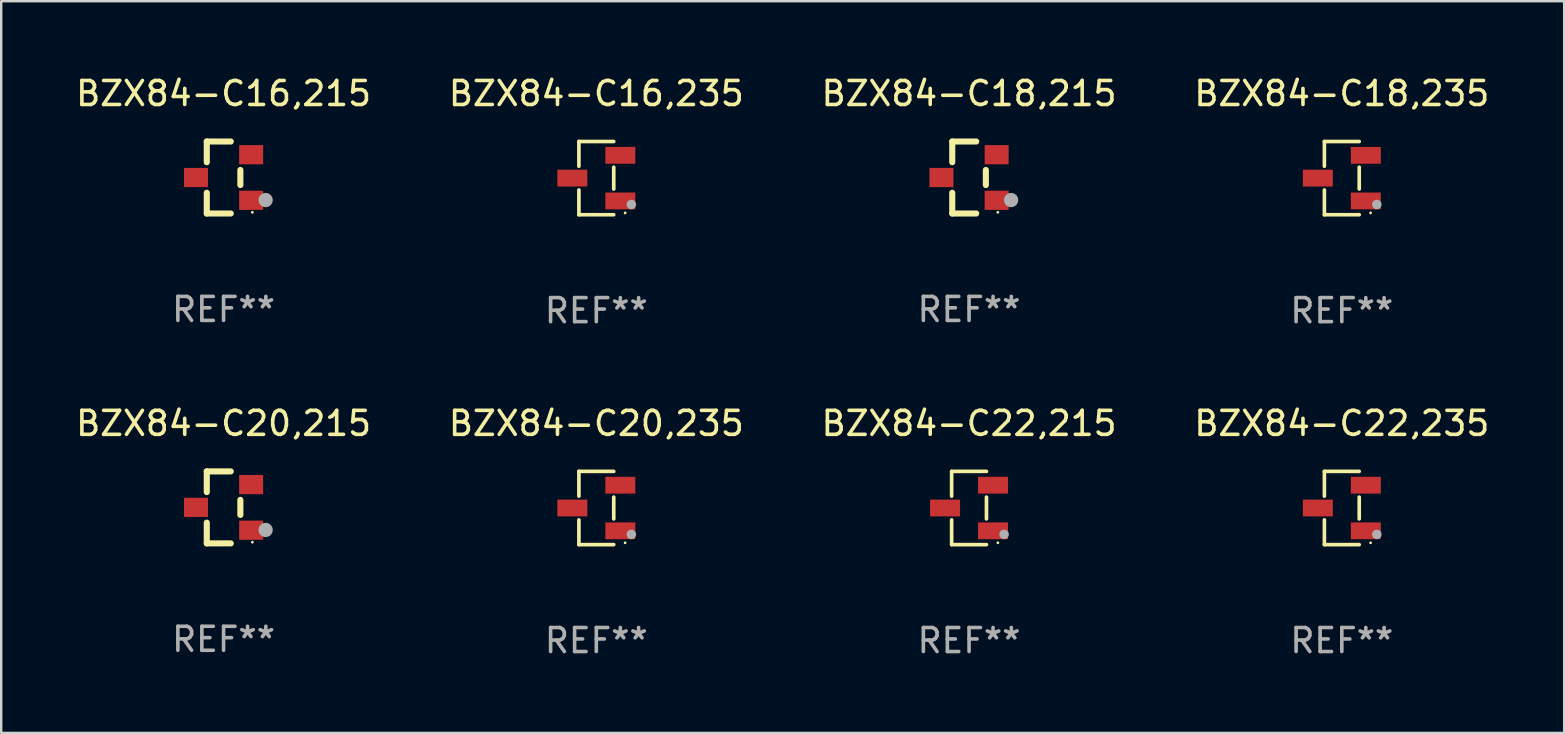
<source format=kicad_pcb>
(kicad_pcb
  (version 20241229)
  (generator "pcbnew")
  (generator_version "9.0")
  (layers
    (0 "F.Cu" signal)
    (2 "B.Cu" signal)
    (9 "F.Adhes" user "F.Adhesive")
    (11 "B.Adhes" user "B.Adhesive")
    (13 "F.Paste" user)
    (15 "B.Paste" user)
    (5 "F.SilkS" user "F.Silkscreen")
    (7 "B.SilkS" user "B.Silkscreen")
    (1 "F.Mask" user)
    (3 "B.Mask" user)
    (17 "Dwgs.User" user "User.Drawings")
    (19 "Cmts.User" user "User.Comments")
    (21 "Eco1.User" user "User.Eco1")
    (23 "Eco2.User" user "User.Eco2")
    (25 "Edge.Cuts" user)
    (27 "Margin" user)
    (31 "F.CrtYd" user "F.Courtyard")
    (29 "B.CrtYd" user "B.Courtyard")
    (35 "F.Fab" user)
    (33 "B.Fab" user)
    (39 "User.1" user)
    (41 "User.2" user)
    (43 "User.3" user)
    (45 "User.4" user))
  (footprint "BZX84-C20,235"
    (layer "F.Cu")
    (at 21.804 18.123)
    (property "Reference" "BZX84-C20,235" (at 0 -3.526 0) (layer "F.SilkS") (effects (font (size 1 1) (thickness 0.15))))
    (attr through_hole)
    (fp_line (start -0.726 -1.526) (end -0.726 -0.495) (stroke (width 0.152) (type solid)) (layer "F.SilkS"))
    (fp_line (start -0.726 1.526) (end -0.726 0.495) (stroke (width 0.152) (type solid)) (layer "F.SilkS"))
    (fp_line (start 0.726 -1.526) (end -0.726 -1.526) (stroke (width 0.152) (type solid)) (layer "F.SilkS"))
    (fp_line (start 0.726 -0.455) (end 0.726 0.455) (stroke (width 0.152) (type solid)) (layer "F.SilkS"))
    (fp_line (start 0.726 1.526) (end -0.726 1.526) (stroke (width 0.152) (type solid)) (layer "F.SilkS"))
    (fp_circle (center 1.2 1.45) (end 1.23 1.45) (stroke (width 0.06) (type solid)) (fill no) (layer "F.SilkS"))
    (fp_circle (center 1.46 1.1) (end 1.56 1.1) (stroke (width 0.2) (type solid)) (fill no) (layer "F.Fab"))
    (fp_text user "REF**" (at 0 5.526 0) (layer "F.Fab") (effects (font (size 1 1) (thickness 0.15))))
    (pad "1" smd rect (at 1 0.95) (size 1.25 0.7) (layers "F.Cu" "F.Mask" "F.Paste"))
    (pad "2" smd rect (at 1 -0.95) (size 1.25 0.7) (layers "F.Cu" "F.Mask" "F.Paste"))
    (pad "3" smd rect (at -1 0) (size 1.25 0.7) (layers "F.Cu" "F.Mask" "F.Paste")))
  (footprint "BZX84-C18,215"
    (layer "F.Cu")
    (at 37.339 4.348)
    (property "Reference" "BZX84-C18,215" (at 0 -3.5 0) (layer "F.SilkS") (effects (font (size 1 1) (thickness 0.15))))
    (attr through_hole)
    (fp_line (start -0.7 -1.5) (end 0.3 -1.5) (stroke (width 0.254) (type solid)) (layer "F.SilkS"))
    (fp_line (start -0.7 -0.636) (end -0.7 -1.5) (stroke (width 0.254) (type solid)) (layer "F.SilkS"))
    (fp_line (start -0.7 1.5) (end -0.7 0.636) (stroke (width 0.254) (type solid)) (layer "F.SilkS"))
    (fp_line (start -0.7 1.5) (end 0.3 1.5) (stroke (width 0.254) (type solid)) (layer "F.SilkS"))
    (fp_line (start 0.7 0.314) (end 0.7 -0.314) (stroke (width 0.254) (type solid)) (layer "F.SilkS"))
    (fp_circle (center 1.2 1.45) (end 1.23 1.45) (stroke (width 0.06) (type solid)) (fill no) (layer "F.SilkS"))
    (fp_circle (center 1.753 0.94) (end 1.903 0.94) (stroke (width 0.3) (type solid)) (fill no) (layer "F.Fab"))
    (fp_text user "REF**" (at 0 5.5 0) (layer "F.Fab") (effects (font (size 1 1) (thickness 0.15))))
    (pad "1" smd rect (at 1.15 0.95 180) (size 1 0.8) (layers "F.Cu" "F.Mask" "F.Paste"))
    (pad "2" smd rect (at 1.15 -0.95 180) (size 1 0.8) (layers "F.Cu" "F.Mask" "F.Paste"))
    (pad "3" smd rect (at -1.15 -0.000051 180) (size 1 0.8) (layers "F.Cu" "F.Mask" "F.Paste")))
  (footprint "BZX84-C22,235"
    (layer "F.Cu")
    (at 52.875 18.123)
    (property "Reference" "BZX84-C22,235" (at 0 -3.526 0) (layer "F.SilkS") (effects (font (size 1 1) (thickness 0.15))))
    (attr through_hole)
    (fp_line (start -0.726 -1.526) (end -0.726 -0.495) (stroke (width 0.152) (type solid)) (layer "F.SilkS"))
    (fp_line (start -0.726 1.526) (end -0.726 0.495) (stroke (width 0.152) (type solid)) (layer "F.SilkS"))
    (fp_line (start 0.726 -1.526) (end -0.726 -1.526) (stroke (width 0.152) (type solid)) (layer "F.SilkS"))
    (fp_line (start 0.726 -0.455) (end 0.726 0.455) (stroke (width 0.152) (type solid)) (layer "F.SilkS"))
    (fp_line (start 0.726 1.526) (end -0.726 1.526) (stroke (width 0.152) (type solid)) (layer "F.SilkS"))
    (fp_circle (center 1.2 1.45) (end 1.23 1.45) (stroke (width 0.06) (type solid)) (fill no) (layer "F.SilkS"))
    (fp_circle (center 1.46 1.1) (end 1.56 1.1) (stroke (width 0.2) (type solid)) (fill no) (layer "F.Fab"))
    (fp_text user "REF**" (at 0 5.526 0) (layer "F.Fab") (effects (font (size 1 1) (thickness 0.15))))
    (pad "1" smd rect (at 1 0.95) (size 1.25 0.7) (layers "F.Cu" "F.Mask" "F.Paste"))
    (pad "2" smd rect (at 1 -0.95) (size 1.25 0.7) (layers "F.Cu" "F.Mask" "F.Paste"))
    (pad "3" smd rect (at -1 0) (size 1.25 0.7) (layers "F.Cu" "F.Mask" "F.Paste")))
  (footprint "BZX84-C20,215"
    (layer "F.Cu")
    (at 6.268 18.097)
    (property "Reference" "BZX84-C20,215" (at 0 -3.5 0) (layer "F.SilkS") (effects (font (size 1 1) (thickness 0.15))))
    (attr through_hole)
    (fp_line (start -0.7 -1.5) (end 0.3 -1.5) (stroke (width 0.254) (type solid)) (layer "F.SilkS"))
    (fp_line (start -0.7 -0.636) (end -0.7 -1.5) (stroke (width 0.254) (type solid)) (layer "F.SilkS"))
    (fp_line (start -0.7 1.5) (end -0.7 0.636) (stroke (width 0.254) (type solid)) (layer "F.SilkS"))
    (fp_line (start -0.7 1.5) (end 0.3 1.5) (stroke (width 0.254) (type solid)) (layer "F.SilkS"))
    (fp_line (start 0.7 0.314) (end 0.7 -0.314) (stroke (width 0.254) (type solid)) (layer "F.SilkS"))
    (fp_circle (center 1.2 1.45) (end 1.23 1.45) (stroke (width 0.06) (type solid)) (fill no) (layer "F.SilkS"))
    (fp_circle (center 1.753 0.94) (end 1.903 0.94) (stroke (width 0.3) (type solid)) (fill no) (layer "F.Fab"))
    (fp_text user "REF**" (at 0 5.5 0) (layer "F.Fab") (effects (font (size 1 1) (thickness 0.15))))
    (pad "1" smd rect (at 1.15 0.95 180) (size 1 0.8) (layers "F.Cu" "F.Mask" "F.Paste"))
    (pad "2" smd rect (at 1.15 -0.95 180) (size 1 0.8) (layers "F.Cu" "F.Mask" "F.Paste"))
    (pad "3" smd rect (at -1.15 -0.000051 180) (size 1 0.8) (layers "F.Cu" "F.Mask" "F.Paste")))
  (footprint "BZX84-C18,235"
    (layer "F.Cu")
    (at 52.875 4.374)
    (property "Reference" "BZX84-C18,235" (at 0 -3.526 0) (layer "F.SilkS") (effects (font (size 1 1) (thickness 0.15))))
    (attr through_hole)
    (fp_line (start -0.726 -1.526) (end -0.726 -0.495) (stroke (width 0.152) (type solid)) (layer "F.SilkS"))
    (fp_line (start -0.726 1.526) (end -0.726 0.495) (stroke (width 0.152) (type solid)) (layer "F.SilkS"))
    (fp_line (start 0.726 -1.526) (end -0.726 -1.526) (stroke (width 0.152) (type solid)) (layer "F.SilkS"))
    (fp_line (start 0.726 -0.455) (end 0.726 0.455) (stroke (width 0.152) (type solid)) (layer "F.SilkS"))
    (fp_line (start 0.726 1.526) (end -0.726 1.526) (stroke (width 0.152) (type solid)) (layer "F.SilkS"))
    (fp_circle (center 1.2 1.45) (end 1.23 1.45) (stroke (width 0.06) (type solid)) (fill no) (layer "F.SilkS"))
    (fp_circle (center 1.46 1.1) (end 1.56 1.1) (stroke (width 0.2) (type solid)) (fill no) (layer "F.Fab"))
    (fp_text user "REF**" (at 0 5.526 0) (layer "F.Fab") (effects (font (size 1 1) (thickness 0.15))))
    (pad "1" smd rect (at 1 0.95) (size 1.25 0.7) (layers "F.Cu" "F.Mask" "F.Paste"))
    (pad "2" smd rect (at 1 -0.95) (size 1.25 0.7) (layers "F.Cu" "F.Mask" "F.Paste"))
    (pad "3" smd rect (at -1 0) (size 1.25 0.7) (layers "F.Cu" "F.Mask" "F.Paste")))
  (footprint "BZX84-C16,235"
    (layer "F.Cu")
    (at 21.804 4.374)
    (property "Reference" "BZX84-C16,235" (at 0 -3.526 0) (layer "F.SilkS") (effects (font (size 1 1) (thickness 0.15))))
    (attr through_hole)
    (fp_line (start -0.726 -1.526) (end -0.726 -0.495) (stroke (width 0.152) (type solid)) (layer "F.SilkS"))
    (fp_line (start -0.726 1.526) (end -0.726 0.495) (stroke (width 0.152) (type solid)) (layer "F.SilkS"))
    (fp_line (start 0.726 -1.526) (end -0.726 -1.526) (stroke (width 0.152) (type solid)) (layer "F.SilkS"))
    (fp_line (start 0.726 -0.455) (end 0.726 0.455) (stroke (width 0.152) (type solid)) (layer "F.SilkS"))
    (fp_line (start 0.726 1.526) (end -0.726 1.526) (stroke (width 0.152) (type solid)) (layer "F.SilkS"))
    (fp_circle (center 1.2 1.45) (end 1.23 1.45) (stroke (width 0.06) (type solid)) (fill no) (layer "F.SilkS"))
    (fp_circle (center 1.46 1.1) (end 1.56 1.1) (stroke (width 0.2) (type solid)) (fill no) (layer "F.Fab"))
    (fp_text user "REF**" (at 0 5.526 0) (layer "F.Fab") (effects (font (size 1 1) (thickness 0.15))))
    (pad "1" smd rect (at 1 0.95) (size 1.25 0.7) (layers "F.Cu" "F.Mask" "F.Paste"))
    (pad "2" smd rect (at 1 -0.95) (size 1.25 0.7) (layers "F.Cu" "F.Mask" "F.Paste"))
    (pad "3" smd rect (at -1 0) (size 1.25 0.7) (layers "F.Cu" "F.Mask" "F.Paste")))
  (footprint "BZX84-C16,215"
    (layer "F.Cu")
    (at 6.268 4.348)
    (property "Reference" "BZX84-C16,215" (at 0 -3.5 0) (layer "F.SilkS") (effects (font (size 1 1) (thickness 0.15))))
    (attr through_hole)
    (fp_line (start -0.7 -1.5) (end 0.3 -1.5) (stroke (width 0.254) (type solid)) (layer "F.SilkS"))
    (fp_line (start -0.7 -0.636) (end -0.7 -1.5) (stroke (width 0.254) (type solid)) (layer "F.SilkS"))
    (fp_line (start -0.7 1.5) (end -0.7 0.636) (stroke (width 0.254) (type solid)) (layer "F.SilkS"))
    (fp_line (start -0.7 1.5) (end 0.3 1.5) (stroke (width 0.254) (type solid)) (layer "F.SilkS"))
    (fp_line (start 0.7 0.314) (end 0.7 -0.314) (stroke (width 0.254) (type solid)) (layer "F.SilkS"))
    (fp_circle (center 1.2 1.45) (end 1.23 1.45) (stroke (width 0.06) (type solid)) (fill no) (layer "F.SilkS"))
    (fp_circle (center 1.753 0.94) (end 1.903 0.94) (stroke (width 0.3) (type solid)) (fill no) (layer "F.Fab"))
    (fp_text user "REF**" (at 0 5.5 0) (layer "F.Fab") (effects (font (size 1 1) (thickness 0.15))))
    (pad "1" smd rect (at 1.15 0.95 180) (size 1 0.8) (layers "F.Cu" "F.Mask" "F.Paste"))
    (pad "2" smd rect (at 1.15 -0.95 180) (size 1 0.8) (layers "F.Cu" "F.Mask" "F.Paste"))
    (pad "3" smd rect (at -1.15 -0.000051 180) (size 1 0.8) (layers "F.Cu" "F.Mask" "F.Paste")))
  (footprint "BZX84-C22,215"
    (layer "F.Cu")
    (at 37.339 18.123)
    (property "Reference" "BZX84-C22,215" (at 0 -3.526 0) (layer "F.SilkS") (effects (font (size 1 1) (thickness 0.15))))
    (attr through_hole)
    (fp_line (start -0.726 -1.526) (end -0.726 -0.495) (stroke (width 0.152) (type solid)) (layer "F.SilkS"))
    (fp_line (start -0.726 1.526) (end -0.726 0.495) (stroke (width 0.152) (type solid)) (layer "F.SilkS"))
    (fp_line (start 0.726 -1.526) (end -0.726 -1.526) (stroke (width 0.152) (type solid)) (layer "F.SilkS"))
    (fp_line (start 0.726 -0.455) (end 0.726 0.455) (stroke (width 0.152) (type solid)) (layer "F.SilkS"))
    (fp_line (start 0.726 1.526) (end -0.726 1.526) (stroke (width 0.152) (type solid)) (layer "F.SilkS"))
    (fp_circle (center 1.2 1.45) (end 1.23 1.45) (stroke (width 0.06) (type solid)) (fill no) (layer "F.SilkS"))
    (fp_circle (center 1.46 1.1) (end 1.56 1.1) (stroke (width 0.2) (type solid)) (fill no) (layer "F.Fab"))
    (fp_text user "REF**" (at 0 5.526 0) (layer "F.Fab") (effects (font (size 1 1) (thickness 0.15))))
    (pad "1" smd rect (at 1 0.95) (size 1.25 0.7) (layers "F.Cu" "F.Mask" "F.Paste"))
    (pad "2" smd rect (at 1 -0.95) (size 1.25 0.7) (layers "F.Cu" "F.Mask" "F.Paste"))
    (pad "3" smd rect (at -1 0) (size 1.25 0.7) (layers "F.Cu" "F.Mask" "F.Paste")))
  (gr_rect
    (start -3 -3)
    (end 62.143 27.498)
    (stroke (width 0.1) (type default))
    (fill no)
    (layer "Edge.Cuts")))
</source>
